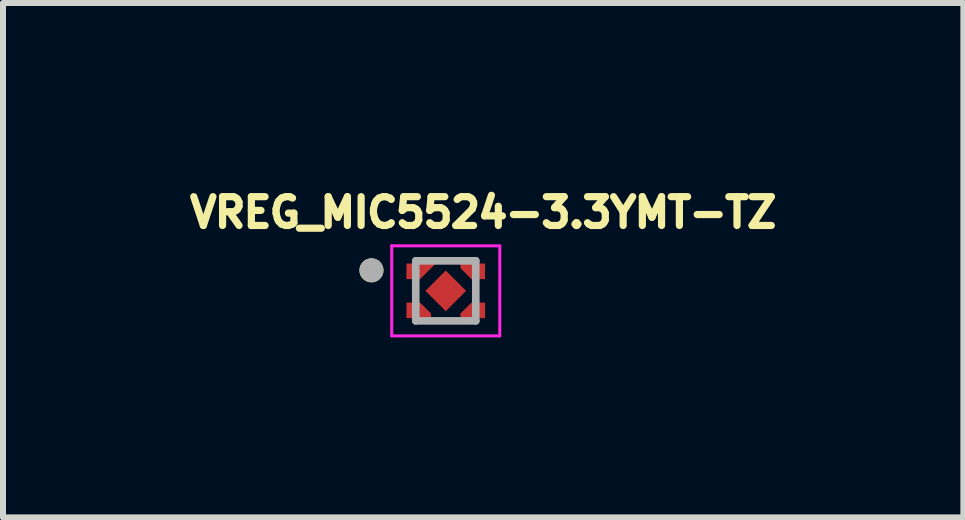
<source format=kicad_pcb>
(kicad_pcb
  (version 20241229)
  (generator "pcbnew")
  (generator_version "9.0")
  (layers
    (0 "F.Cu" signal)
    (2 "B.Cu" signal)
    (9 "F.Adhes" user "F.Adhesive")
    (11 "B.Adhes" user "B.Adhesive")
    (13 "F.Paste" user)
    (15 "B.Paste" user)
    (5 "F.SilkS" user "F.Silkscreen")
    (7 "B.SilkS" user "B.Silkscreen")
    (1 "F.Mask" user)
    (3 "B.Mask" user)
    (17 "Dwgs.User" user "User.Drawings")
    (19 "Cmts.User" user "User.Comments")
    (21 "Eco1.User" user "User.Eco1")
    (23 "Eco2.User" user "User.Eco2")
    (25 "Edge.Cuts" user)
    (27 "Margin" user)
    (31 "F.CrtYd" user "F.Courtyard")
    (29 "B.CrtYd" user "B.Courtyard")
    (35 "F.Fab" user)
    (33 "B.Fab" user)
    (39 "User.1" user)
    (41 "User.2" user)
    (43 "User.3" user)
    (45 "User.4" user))
  (footprint "VREG_MIC5524-3.3YMT-TZ"
    (layer "F.Cu")
    (at 4.377 1.796)
    (property "Reference" "VREG_MIC5524-3.3YMT-TZ" (at 0.624 -1.305 0) (layer "F.SilkS") (effects (font (size 0.48 0.48) (thickness 0.15))))
    (attr through_hole)
    (fp_poly (pts (xy -0.389 -0.1) (xy -0.75 -0.1) (xy -0.75 -0.55) (xy 0.061 -0.55)) (stroke (width 0.01) (type solid)) (fill yes) (layer "F.Mask"))
    (fp_poly (pts (xy -0.75 0.1) (xy -0.75 0.55) (xy -0.15 0.55) (xy -0.15 0.339) (xy -0.389 0.1)) (stroke (width 0.01) (type solid)) (fill yes) (layer "F.Mask"))
    (fp_poly (pts (xy 0.15 -0.55) (xy 0.15 -0.339) (xy 0.389 -0.1) (xy 0.75 -0.1) (xy 0.75 -0.55)) (stroke (width 0.01) (type solid)) (fill yes) (layer "F.Mask"))
    (fp_poly (pts (xy 0.75 0.55) (xy 0.15 0.55) (xy 0.15 0.339) (xy 0.389 0.1) (xy 0.75 0.1)) (stroke (width 0.01) (type solid)) (fill yes) (layer "F.Mask"))
    (fp_circle (center -1.238 -0.342) (end -1.138 -0.342) (stroke (width 0.2) (type solid)) (fill no) (layer "F.SilkS"))
    (fp_poly (pts (xy -0.65 -0.45) (xy -0.65 -0.2) (xy -0.43 -0.2) (xy -0.18 -0.45)) (stroke (width 0.01) (type solid)) (fill yes) (layer "F.Paste"))
    (fp_poly (pts (xy -0.25 0.45) (xy -0.65 0.45) (xy -0.65 0.2) (xy -0.43 0.2) (xy -0.25 0.38)) (stroke (width 0.01) (type solid)) (fill yes) (layer "F.Paste"))
    (fp_poly (pts (xy 0.43 -0.2) (xy 0.25 -0.38) (xy 0.25 -0.45) (xy 0.65 -0.45) (xy 0.65 -0.2)) (stroke (width 0.01) (type solid)) (fill yes) (layer "F.Paste"))
    (fp_poly (pts (xy 0.65 0.45) (xy 0.25 0.45) (xy 0.25 0.38) (xy 0.43 0.2) (xy 0.65 0.2)) (stroke (width 0.01) (type solid)) (fill yes) (layer "F.Paste"))
    (fp_line (start -0.9 -0.75) (end -0.9 0.75) (stroke (width 0.05) (type solid)) (layer "F.CrtYd"))
    (fp_line (start -0.9 0.75) (end 0.9 0.75) (stroke (width 0.05) (type solid)) (layer "F.CrtYd"))
    (fp_line (start 0.9 -0.75) (end -0.9 -0.75) (stroke (width 0.05) (type solid)) (layer "F.CrtYd"))
    (fp_line (start 0.9 0.75) (end 0.9 -0.75) (stroke (width 0.05) (type solid)) (layer "F.CrtYd"))
    (fp_line (start -0.5 -0.5) (end -0.5 0.5) (stroke (width 0.127) (type solid)) (layer "F.Fab"))
    (fp_line (start -0.5 0.5) (end 0.5 0.5) (stroke (width 0.127) (type solid)) (layer "F.Fab"))
    (fp_line (start 0.5 -0.5) (end -0.5 -0.5) (stroke (width 0.127) (type solid)) (layer "F.Fab"))
    (fp_line (start 0.5 0.5) (end 0.5 -0.5) (stroke (width 0.127) (type solid)) (layer "F.Fab"))
    (fp_circle (center -1.238 -0.342) (end -1.138 -0.342) (stroke (width 0.2) (type solid)) (fill no) (layer "F.Fab"))
    (pad "1" smd custom (at -0.45 -0.325) (size 0.1 0.1) (layers "F.Cu") (options (anchor rect)) (primitives (gr_poly (pts (xy -0.2 -0.125) (xy -0.2 0.125) (xy 0.02 0.125) (xy 0.27 -0.125)) (width 0.01) (fill yes))))
    (pad "2" smd custom (at -0.45 0.325) (size 0.1 0.1) (layers "F.Cu") (options (anchor rect)) (primitives (gr_poly (pts (xy 0.2 0.125) (xy -0.2 0.125) (xy -0.2 -0.125) (xy 0.02 -0.125) (xy 0.2 0.055)) (width 0.01) (fill yes))))
    (pad "3" smd custom (at 0.45 0.325) (size 0.1 0.1) (layers "F.Cu") (options (anchor rect)) (primitives (gr_poly (pts (xy 0.2 0.125) (xy -0.2 0.125) (xy -0.2 0.055) (xy -0.02 -0.125) (xy 0.2 -0.125)) (width 0.01) (fill yes))))
    (pad "4" smd custom (at 0.45 -0.325) (size 0.1 0.1) (layers "F.Cu") (options (anchor rect)) (primitives (gr_poly (pts (xy -0.02 0.125) (xy -0.2 -0.055) (xy -0.2 -0.125) (xy 0.2 -0.125) (xy 0.2 0.125)) (width 0.01) (fill yes))))
    (pad "EP" smd rect (at 0 0 45) (size 0.48 0.48) (layers "F.Cu" "F.Mask" "F.Paste")))
  (gr_rect
    (start -3 -3)
    (end 13.001 5.571)
    (stroke (width 0.1) (type default))
    (fill no)
    (layer "Edge.Cuts")))
</source>
